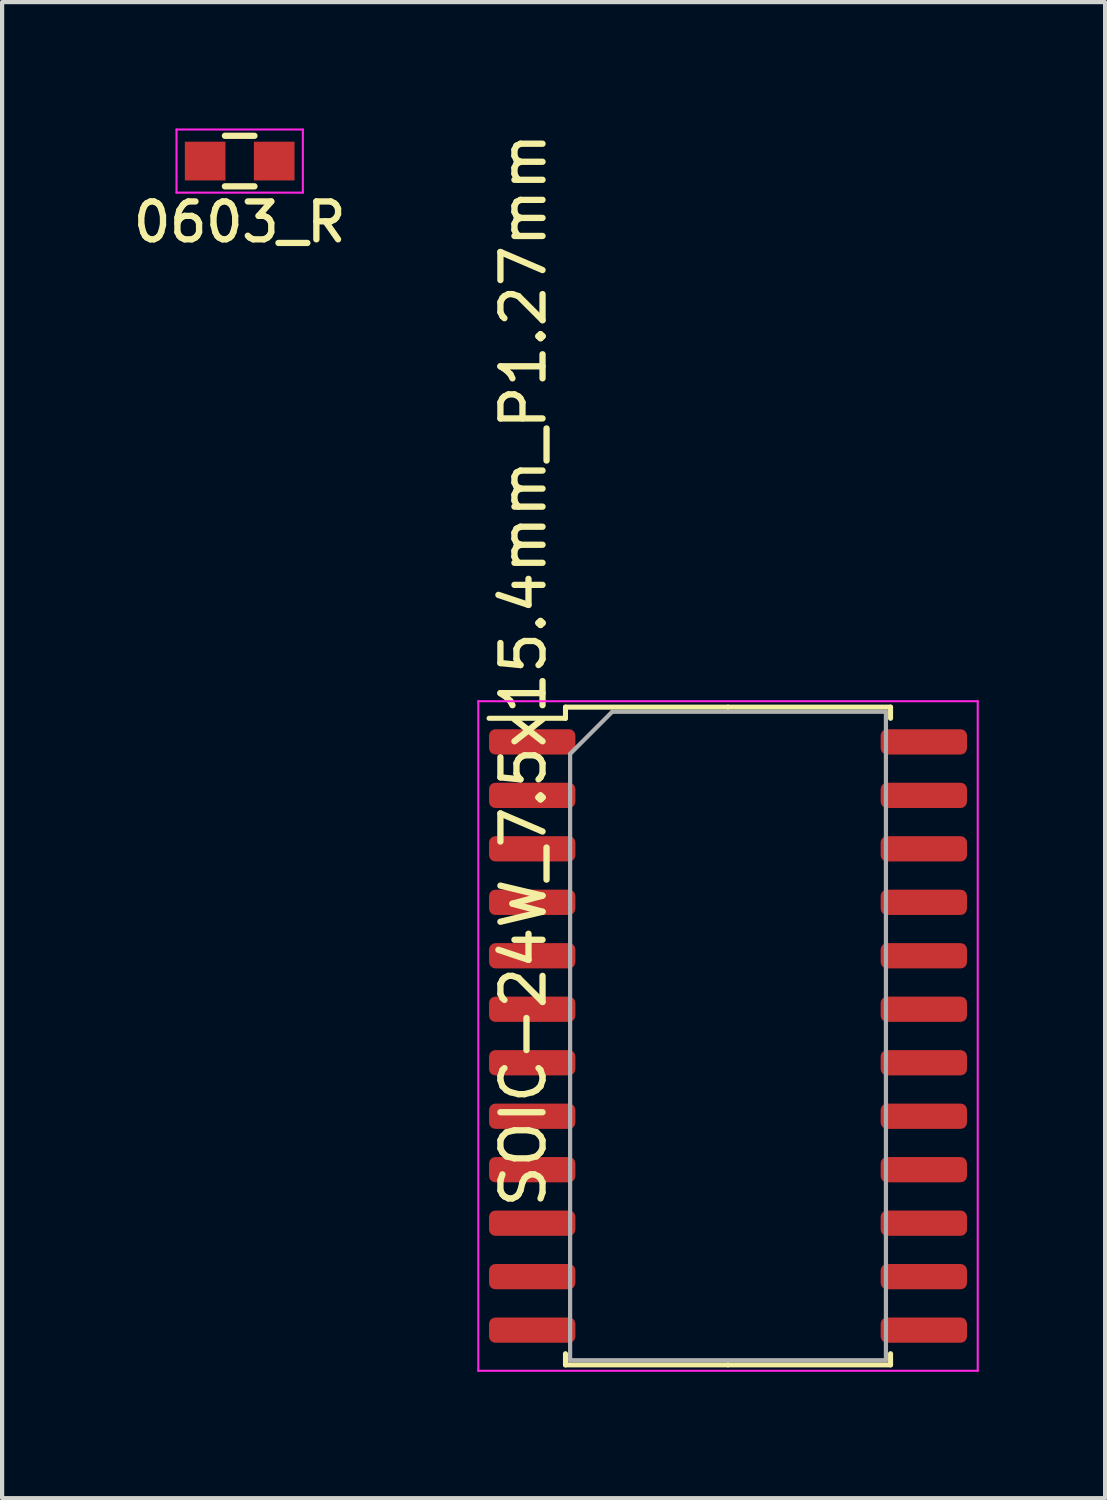
<source format=kicad_pcb>
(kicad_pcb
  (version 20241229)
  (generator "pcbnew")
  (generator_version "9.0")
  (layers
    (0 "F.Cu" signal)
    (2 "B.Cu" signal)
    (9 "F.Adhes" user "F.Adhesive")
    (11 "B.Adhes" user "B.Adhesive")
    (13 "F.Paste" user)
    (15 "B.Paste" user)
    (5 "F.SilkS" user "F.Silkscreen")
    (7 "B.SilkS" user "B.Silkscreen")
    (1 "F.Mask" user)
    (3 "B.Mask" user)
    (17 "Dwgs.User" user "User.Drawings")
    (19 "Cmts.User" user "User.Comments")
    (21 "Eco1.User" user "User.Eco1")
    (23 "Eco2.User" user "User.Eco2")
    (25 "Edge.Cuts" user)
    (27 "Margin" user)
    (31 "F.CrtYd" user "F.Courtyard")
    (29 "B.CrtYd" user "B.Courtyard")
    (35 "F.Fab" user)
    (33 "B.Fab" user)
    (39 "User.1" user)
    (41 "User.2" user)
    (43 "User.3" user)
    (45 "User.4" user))
  (footprint "SOIC-24W_7.5x15.4mm_P1.27mm"
    (layer "F.Cu")
    (at 14.239 21.553)
    (property "Reference" "SOIC-24W_7.5x15.4mm_P1.27mm" (at -4.86 -8.69 90) (layer "F.SilkS") (effects (font (size 1 1) (thickness 0.15))))
    (attr smd)
    (fp_line (start -3.86 -7.81) (end -3.86 -7.545) (stroke (width 0.12) (type solid)) (layer "F.SilkS"))
    (fp_line (start -3.86 -7.545) (end -5.675 -7.545) (stroke (width 0.12) (type solid)) (layer "F.SilkS"))
    (fp_line (start -3.86 7.81) (end -3.86 7.545) (stroke (width 0.12) (type solid)) (layer "F.SilkS"))
    (fp_line (start 0 -7.81) (end -3.86 -7.81) (stroke (width 0.12) (type solid)) (layer "F.SilkS"))
    (fp_line (start 0 -7.81) (end 3.86 -7.81) (stroke (width 0.12) (type solid)) (layer "F.SilkS"))
    (fp_line (start 0 7.81) (end -3.86 7.81) (stroke (width 0.12) (type solid)) (layer "F.SilkS"))
    (fp_line (start 0 7.81) (end 3.86 7.81) (stroke (width 0.12) (type solid)) (layer "F.SilkS"))
    (fp_line (start 3.86 -7.81) (end 3.86 -7.545) (stroke (width 0.12) (type solid)) (layer "F.SilkS"))
    (fp_line (start 3.86 7.81) (end 3.86 7.545) (stroke (width 0.12) (type solid)) (layer "F.SilkS"))
    (fp_line (start -5.93 -7.95) (end -5.93 7.95) (stroke (width 0.05) (type solid)) (layer "F.CrtYd"))
    (fp_line (start -5.93 7.95) (end 5.93 7.95) (stroke (width 0.05) (type solid)) (layer "F.CrtYd"))
    (fp_line (start 5.93 -7.95) (end -5.93 -7.95) (stroke (width 0.05) (type solid)) (layer "F.CrtYd"))
    (fp_line (start 5.93 7.95) (end 5.93 -7.95) (stroke (width 0.05) (type solid)) (layer "F.CrtYd"))
    (fp_line (start -3.75 -6.7) (end -2.75 -7.7) (stroke (width 0.1) (type solid)) (layer "F.Fab"))
    (fp_line (start -3.75 7.7) (end -3.75 -6.7) (stroke (width 0.1) (type solid)) (layer "F.Fab"))
    (fp_line (start -2.75 -7.7) (end 3.75 -7.7) (stroke (width 0.1) (type solid)) (layer "F.Fab"))
    (fp_line (start 3.75 -7.7) (end 3.75 7.7) (stroke (width 0.1) (type solid)) (layer "F.Fab"))
    (fp_line (start 3.75 7.7) (end -3.75 7.7) (stroke (width 0.1) (type solid)) (layer "F.Fab"))
    (pad "1" smd roundrect (at -4.65 -6.985) (size 2.05 0.6) (layers "F.Cu" "F.Mask" "F.Paste") (roundrect_rratio 0.25))
    (pad "2" smd roundrect (at -4.65 -5.715) (size 2.05 0.6) (layers "F.Cu" "F.Mask" "F.Paste") (roundrect_rratio 0.25))
    (pad "3" smd roundrect (at -4.65 -4.445) (size 2.05 0.6) (layers "F.Cu" "F.Mask" "F.Paste") (roundrect_rratio 0.25))
    (pad "4" smd roundrect (at -4.65 -3.175) (size 2.05 0.6) (layers "F.Cu" "F.Mask" "F.Paste") (roundrect_rratio 0.25))
    (pad "5" smd roundrect (at -4.65 -1.905) (size 2.05 0.6) (layers "F.Cu" "F.Mask" "F.Paste") (roundrect_rratio 0.25))
    (pad "6" smd roundrect (at -4.65 -0.635) (size 2.05 0.6) (layers "F.Cu" "F.Mask" "F.Paste") (roundrect_rratio 0.25))
    (pad "7" smd roundrect (at -4.65 0.635) (size 2.05 0.6) (layers "F.Cu" "F.Mask" "F.Paste") (roundrect_rratio 0.25))
    (pad "8" smd roundrect (at -4.65 1.905) (size 2.05 0.6) (layers "F.Cu" "F.Mask" "F.Paste") (roundrect_rratio 0.25))
    (pad "9" smd roundrect (at -4.65 3.175) (size 2.05 0.6) (layers "F.Cu" "F.Mask" "F.Paste") (roundrect_rratio 0.25))
    (pad "10" smd roundrect (at -4.65 4.445) (size 2.05 0.6) (layers "F.Cu" "F.Mask" "F.Paste") (roundrect_rratio 0.25))
    (pad "11" smd roundrect (at -4.65 5.715) (size 2.05 0.6) (layers "F.Cu" "F.Mask" "F.Paste") (roundrect_rratio 0.25))
    (pad "12" smd roundrect (at -4.65 6.985) (size 2.05 0.6) (layers "F.Cu" "F.Mask" "F.Paste") (roundrect_rratio 0.25))
    (pad "13" smd roundrect (at 4.65 6.985) (size 2.05 0.6) (layers "F.Cu" "F.Mask" "F.Paste") (roundrect_rratio 0.25))
    (pad "14" smd roundrect (at 4.65 5.715) (size 2.05 0.6) (layers "F.Cu" "F.Mask" "F.Paste") (roundrect_rratio 0.25))
    (pad "15" smd roundrect (at 4.65 4.445) (size 2.05 0.6) (layers "F.Cu" "F.Mask" "F.Paste") (roundrect_rratio 0.25))
    (pad "16" smd roundrect (at 4.65 3.175) (size 2.05 0.6) (layers "F.Cu" "F.Mask" "F.Paste") (roundrect_rratio 0.25))
    (pad "17" smd roundrect (at 4.65 1.905) (size 2.05 0.6) (layers "F.Cu" "F.Mask" "F.Paste") (roundrect_rratio 0.25))
    (pad "18" smd roundrect (at 4.65 0.635) (size 2.05 0.6) (layers "F.Cu" "F.Mask" "F.Paste") (roundrect_rratio 0.25))
    (pad "19" smd roundrect (at 4.65 -0.635) (size 2.05 0.6) (layers "F.Cu" "F.Mask" "F.Paste") (roundrect_rratio 0.25))
    (pad "20" smd roundrect (at 4.65 -1.905) (size 2.05 0.6) (layers "F.Cu" "F.Mask" "F.Paste") (roundrect_rratio 0.25))
    (pad "21" smd roundrect (at 4.65 -3.175) (size 2.05 0.6) (layers "F.Cu" "F.Mask" "F.Paste") (roundrect_rratio 0.25))
    (pad "22" smd roundrect (at 4.65 -4.445) (size 2.05 0.6) (layers "F.Cu" "F.Mask" "F.Paste") (roundrect_rratio 0.25))
    (pad "23" smd roundrect (at 4.65 -5.715) (size 2.05 0.6) (layers "F.Cu" "F.Mask" "F.Paste") (roundrect_rratio 0.25))
    (pad "24" smd roundrect (at 4.65 -6.985) (size 2.05 0.6) (layers "F.Cu" "F.Mask" "F.Paste") (roundrect_rratio 0.25)))
  (footprint "0603_R"
    (layer "F.Cu")
    (at 2.642 0.775)
    (property "Reference" "0603_R" (at 0 1.45 0) (layer "F.SilkS") (effects (font (size 0.9 0.9) (thickness 0.15))))
    (attr smd)
    (fp_line (start -0.35 -0.6) (end 0.35 -0.6) (stroke (width 0.15) (type solid)) (layer "F.SilkS"))
    (fp_line (start 0.35 0.6) (end -0.35 0.6) (stroke (width 0.15) (type solid)) (layer "F.SilkS"))
    (fp_line (start -1.5 -0.75) (end -1.5 0.75) (stroke (width 0.05) (type solid)) (layer "F.CrtYd"))
    (fp_line (start -1.5 -0.75) (end 1.5 -0.75) (stroke (width 0.05) (type solid)) (layer "F.CrtYd"))
    (fp_line (start -1.5 0.75) (end 1.5 0.75) (stroke (width 0.05) (type solid)) (layer "F.CrtYd"))
    (fp_line (start 1.5 -0.75) (end 1.5 0.75) (stroke (width 0.05) (type solid)) (layer "F.CrtYd"))
    (pad "1" smd rect (at -0.82 0) (size 0.965 0.92) (layers "F.Cu" "F.Mask" "F.Paste"))
    (pad "2" smd rect (at 0.82 0) (size 0.965 0.92) (layers "F.Cu" "F.Mask" "F.Paste")))
  (gr_rect
    (start -3 -3)
    (end 23.194 32.528)
    (stroke (width 0.1) (type default))
    (fill no)
    (layer "Edge.Cuts")))
</source>
